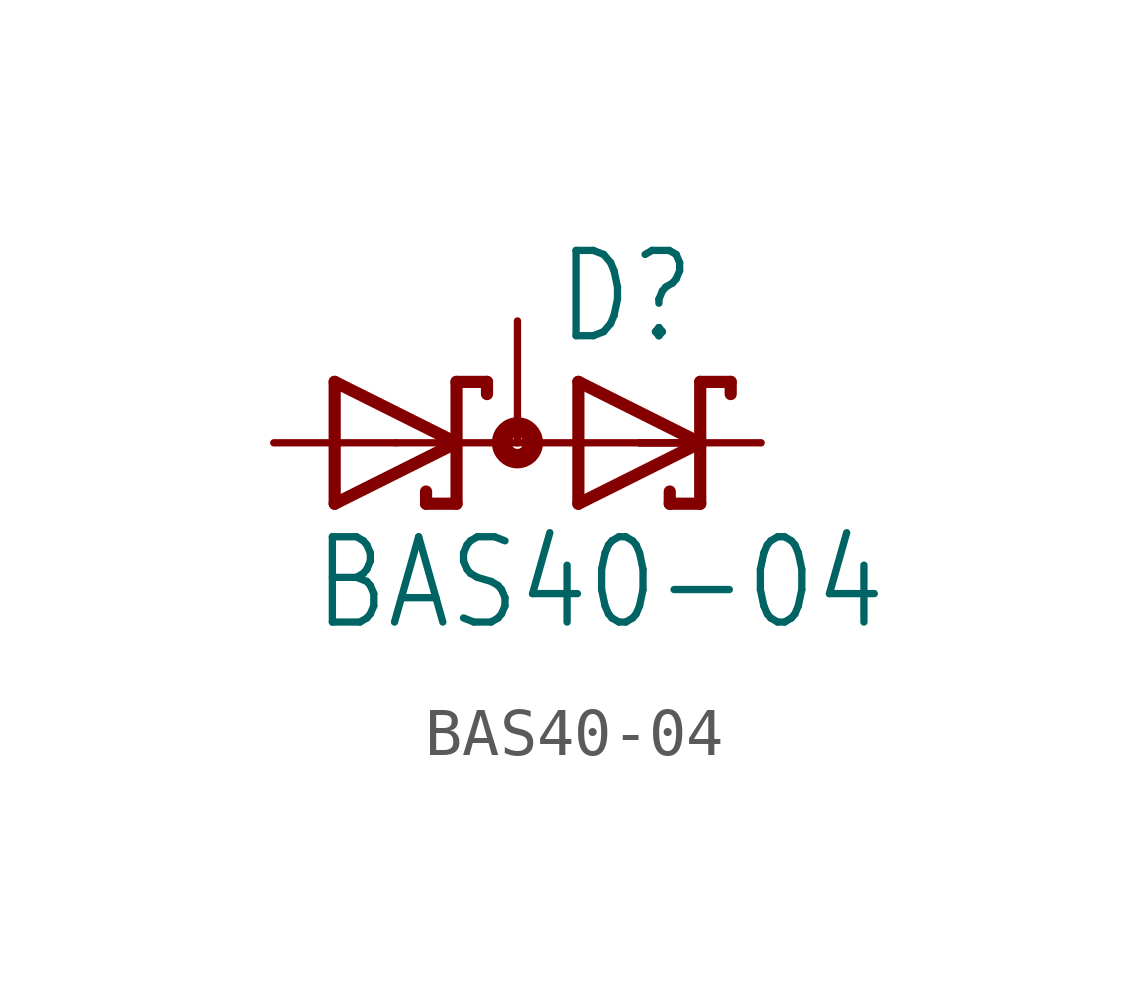
<source format=kicad_sym>
(kicad_symbol_lib
  (version 20211014)
  (generator kicad_symbol_editor)
  (symbol "BAS40-04"
    (property "Reference" "D"
      (at 0.762 2.007 0)
      (effects (font (size 1.778 1.511)) (justify left bottom)))
    (property "Value" "BAS40-04"
      (at -4.318 -3.962 0)
      (effects (font (size 1.778 1.511)) (justify left bottom)))
    (property "ki_locked" ""
      (at 0 0 0)
      (effects (font (size 1.27 1.27))))
    (symbol "BAS40-04_1_0"
      (polyline (pts (xy -3.81 -1.27) (xy -1.27 0)) (stroke (width 0.254) (type default) (color 0 0 0 0)) (fill (type none)))
      (polyline (pts (xy -3.81 1.27) (xy -3.81 -1.27)) (stroke (width 0.254) (type default) (color 0 0 0 0)) (fill (type none)))
      (polyline (pts (xy -2.54 0) (xy -1.27 0)) (stroke (width 0.152) (type default) (color 0 0 0 0)) (fill (type none)))
      (polyline (pts (xy -1.905 -1.016) (xy -1.905 -1.27)) (stroke (width 0.254) (type default) (color 0 0 0 0)) (fill (type none)))
      (polyline (pts (xy -1.27 -1.27) (xy -1.905 -1.27)) (stroke (width 0.254) (type default) (color 0 0 0 0)) (fill (type none)))
      (polyline (pts (xy -1.27 0) (xy -3.81 1.27)) (stroke (width 0.254) (type default) (color 0 0 0 0)) (fill (type none)))
      (polyline (pts (xy -1.27 0) (xy -1.27 -1.27)) (stroke (width 0.254) (type default) (color 0 0 0 0)) (fill (type none)))
      (polyline (pts (xy -1.27 0) (xy 3.81 0)) (stroke (width 0.152) (type default) (color 0 0 0 0)) (fill (type none)))
      (polyline (pts (xy -1.27 1.27) (xy -1.27 0)) (stroke (width 0.254) (type default) (color 0 0 0 0)) (fill (type none)))
      (polyline (pts (xy -0.635 1.016) (xy -0.635 1.27)) (stroke (width 0.254) (type default) (color 0 0 0 0)) (fill (type none)))
      (polyline (pts (xy -0.635 1.27) (xy -1.27 1.27)) (stroke (width 0.254) (type default) (color 0 0 0 0)) (fill (type none)))
      (polyline (pts (xy 1.27 -1.27) (xy 1.27 1.27)) (stroke (width 0.254) (type default) (color 0 0 0 0)) (fill (type none)))
      (polyline (pts (xy 1.27 1.27) (xy 3.81 0)) (stroke (width 0.254) (type default) (color 0 0 0 0)) (fill (type none)))
      (polyline (pts (xy 2.54 0) (xy 3.81 0)) (stroke (width 0.152) (type default) (color 0 0 0 0)) (fill (type none)))
      (polyline (pts (xy 3.175 -1.27) (xy 3.81 -1.27)) (stroke (width 0.254) (type default) (color 0 0 0 0)) (fill (type none)))
      (polyline (pts (xy 3.175 -1.016) (xy 3.175 -1.27)) (stroke (width 0.254) (type default) (color 0 0 0 0)) (fill (type none)))
      (polyline (pts (xy 3.81 -1.27) (xy 3.81 0)) (stroke (width 0.254) (type default) (color 0 0 0 0)) (fill (type none)))
      (polyline (pts (xy 3.81 0) (xy 1.27 -1.27)) (stroke (width 0.254) (type default) (color 0 0 0 0)) (fill (type none)))
      (polyline (pts (xy 3.81 0) (xy 3.81 1.27)) (stroke (width 0.254) (type default) (color 0 0 0 0)) (fill (type none)))
      (polyline (pts (xy 3.81 1.27) (xy 4.445 1.27)) (stroke (width 0.254) (type default) (color 0 0 0 0)) (fill (type none)))
      (polyline (pts (xy 4.445 1.016) (xy 4.445 1.27)) (stroke (width 0.254) (type default) (color 0 0 0 0)) (fill (type none)))
      (circle (center 0 0) (radius 0.127) (stroke (width 0.406) (type default) (color 0 0 0 0)) (fill (type none)))
      (pin passive line (at -5.08 0 0) (length 2.54) (name "A1" (effects (font (size 0 0)))) (number "1" (effects (font (size 0 0)))))
      (pin passive line (at 5.08 0 180) (length 2.54) (name "C2" (effects (font (size 0 0)))) (number "2" (effects (font (size 0 0)))))
      (pin passive line (at 0 2.54 270) (length 2.54) (name "C1A2" (effects (font (size 0 0)))) (number "3" (effects (font (size 0 0))))))))
</source>
